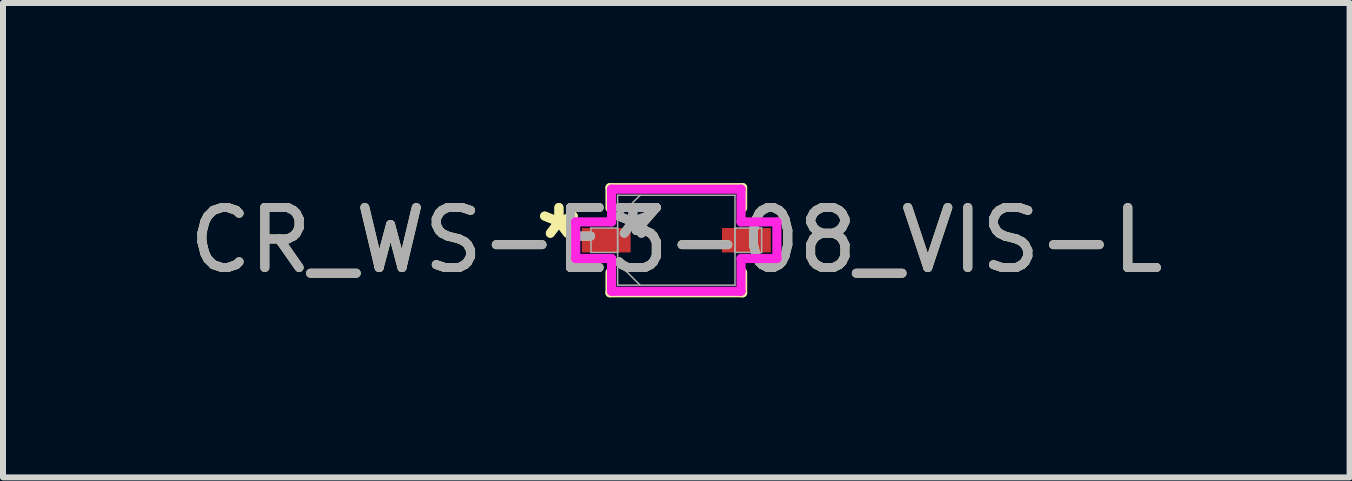
<source format=kicad_pcb>
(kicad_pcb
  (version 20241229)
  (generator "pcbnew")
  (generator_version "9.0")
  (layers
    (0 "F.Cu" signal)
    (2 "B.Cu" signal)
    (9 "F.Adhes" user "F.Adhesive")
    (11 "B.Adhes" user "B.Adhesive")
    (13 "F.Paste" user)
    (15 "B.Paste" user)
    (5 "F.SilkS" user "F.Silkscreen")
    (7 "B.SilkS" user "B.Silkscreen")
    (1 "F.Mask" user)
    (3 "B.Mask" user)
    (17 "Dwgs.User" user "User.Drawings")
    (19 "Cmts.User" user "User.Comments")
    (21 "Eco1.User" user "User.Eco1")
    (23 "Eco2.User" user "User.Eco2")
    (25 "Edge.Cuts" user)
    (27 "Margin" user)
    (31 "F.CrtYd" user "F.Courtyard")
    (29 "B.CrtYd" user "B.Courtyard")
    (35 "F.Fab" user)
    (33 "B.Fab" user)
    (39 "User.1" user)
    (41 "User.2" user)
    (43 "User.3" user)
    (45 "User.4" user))
  (footprint "CR_WS-E3-08_VIS-L"
    (layer "F.Cu")
    (at 8.22 0.953)
    (property "Reference" "CR_WS-E3-08_VIS-L" (at 0 0 0) (unlocked yes) (layer "F.SilkS") (effects (font (size 1 1) (thickness 0.15))))
    (attr smd)
    (fp_line (start -1.105 -0.876) (end -1.105 -0.536) (stroke (width 0.152) (type solid)) (layer "F.SilkS"))
    (fp_line (start -1.105 0.536) (end -1.105 0.876) (stroke (width 0.152) (type solid)) (layer "F.SilkS"))
    (fp_line (start -1.105 0.876) (end 1.105 0.876) (stroke (width 0.152) (type solid)) (layer "F.SilkS"))
    (fp_line (start 1.105 -0.876) (end -1.105 -0.876) (stroke (width 0.152) (type solid)) (layer "F.SilkS"))
    (fp_line (start 1.105 -0.536) (end 1.105 -0.876) (stroke (width 0.152) (type solid)) (layer "F.SilkS"))
    (fp_line (start 1.105 0.876) (end 1.105 0.536) (stroke (width 0.152) (type solid)) (layer "F.SilkS"))
    (fp_line (start -1.676 -0.305) (end -1.079 -0.305) (stroke (width 0.152) (type solid)) (layer "F.CrtYd"))
    (fp_line (start -1.676 0.305) (end -1.676 -0.305) (stroke (width 0.152) (type solid)) (layer "F.CrtYd"))
    (fp_line (start -1.079 -0.851) (end 1.079 -0.851) (stroke (width 0.152) (type solid)) (layer "F.CrtYd"))
    (fp_line (start -1.079 -0.305) (end -1.079 -0.851) (stroke (width 0.152) (type solid)) (layer "F.CrtYd"))
    (fp_line (start -1.079 0.305) (end -1.676 0.305) (stroke (width 0.152) (type solid)) (layer "F.CrtYd"))
    (fp_line (start -1.079 0.851) (end -1.079 0.305) (stroke (width 0.152) (type solid)) (layer "F.CrtYd"))
    (fp_line (start 1.079 -0.851) (end 1.079 -0.305) (stroke (width 0.152) (type solid)) (layer "F.CrtYd"))
    (fp_line (start 1.079 -0.305) (end 1.676 -0.305) (stroke (width 0.152) (type solid)) (layer "F.CrtYd"))
    (fp_line (start 1.079 0.305) (end 1.079 0.851) (stroke (width 0.152) (type solid)) (layer "F.CrtYd"))
    (fp_line (start 1.079 0.851) (end -1.079 0.851) (stroke (width 0.152) (type solid)) (layer "F.CrtYd"))
    (fp_line (start 1.676 -0.305) (end 1.676 0.305) (stroke (width 0.152) (type solid)) (layer "F.CrtYd"))
    (fp_line (start 1.676 0.305) (end 1.079 0.305) (stroke (width 0.152) (type solid)) (layer "F.CrtYd"))
    (fp_line (start -1.422 -0.203) (end -1.422 0.203) (stroke (width 0.025) (type solid)) (layer "F.Fab"))
    (fp_line (start -1.422 0.203) (end -0.978 0.203) (stroke (width 0.025) (type solid)) (layer "F.Fab"))
    (fp_line (start -0.978 -0.749) (end -0.978 0.749) (stroke (width 0.025) (type solid)) (layer "F.Fab"))
    (fp_line (start -0.978 -0.375) (end -0.603 -0.749) (stroke (width 0.025) (type solid)) (layer "F.Fab"))
    (fp_line (start -0.978 -0.203) (end -1.422 -0.203) (stroke (width 0.025) (type solid)) (layer "F.Fab"))
    (fp_line (start -0.978 0.203) (end -0.978 -0.203) (stroke (width 0.025) (type solid)) (layer "F.Fab"))
    (fp_line (start -0.978 0.375) (end -0.603 0.749) (stroke (width 0.025) (type solid)) (layer "F.Fab"))
    (fp_line (start -0.978 0.749) (end 0.978 0.749) (stroke (width 0.025) (type solid)) (layer "F.Fab"))
    (fp_line (start 0.978 -0.749) (end -0.978 -0.749) (stroke (width 0.025) (type solid)) (layer "F.Fab"))
    (fp_line (start 0.978 -0.203) (end 0.978 0.203) (stroke (width 0.025) (type solid)) (layer "F.Fab"))
    (fp_line (start 0.978 0.203) (end 1.422 0.203) (stroke (width 0.025) (type solid)) (layer "F.Fab"))
    (fp_line (start 0.978 0.749) (end 0.978 -0.749) (stroke (width 0.025) (type solid)) (layer "F.Fab"))
    (fp_line (start 1.422 -0.203) (end 0.978 -0.203) (stroke (width 0.025) (type solid)) (layer "F.Fab"))
    (fp_line (start 1.422 0.203) (end 1.422 -0.203) (stroke (width 0.025) (type solid)) (layer "F.Fab"))
    (fp_text user "*" (at -1.956 0 0) (layer "F.SilkS") (effects (font (size 1 1) (thickness 0.15))))
    (fp_text user "*" (at -1.956 0 0) (unlocked yes) (layer "F.SilkS") (effects (font (size 1 1) (thickness 0.15))))
    (fp_text user "${REFERENCE}" (at 0 0 0) (unlocked yes) (layer "F.Fab") (effects (font (size 1 1) (thickness 0.15))))
    (fp_text user "*" (at -0.724 0 0) (unlocked yes) (layer "F.Fab") (effects (font (size 1 1) (thickness 0.15))))
    (fp_text user "*" (at -0.724 0 0) (layer "F.Fab") (effects (font (size 1 1) (thickness 0.15))))
    (pad "1" smd rect (at -1.168 0) (size 0.813 0.406) (layers "F.Cu" "F.Mask" "F.Paste"))
    (pad "2" smd rect (at 1.168 0) (size 0.813 0.406) (layers "F.Cu" "F.Mask" "F.Paste")))
  (gr_rect
    (start -3 -3)
    (end 19.44 4.905)
    (stroke (width 0.1) (type default))
    (fill no)
    (layer "Edge.Cuts")))
</source>
